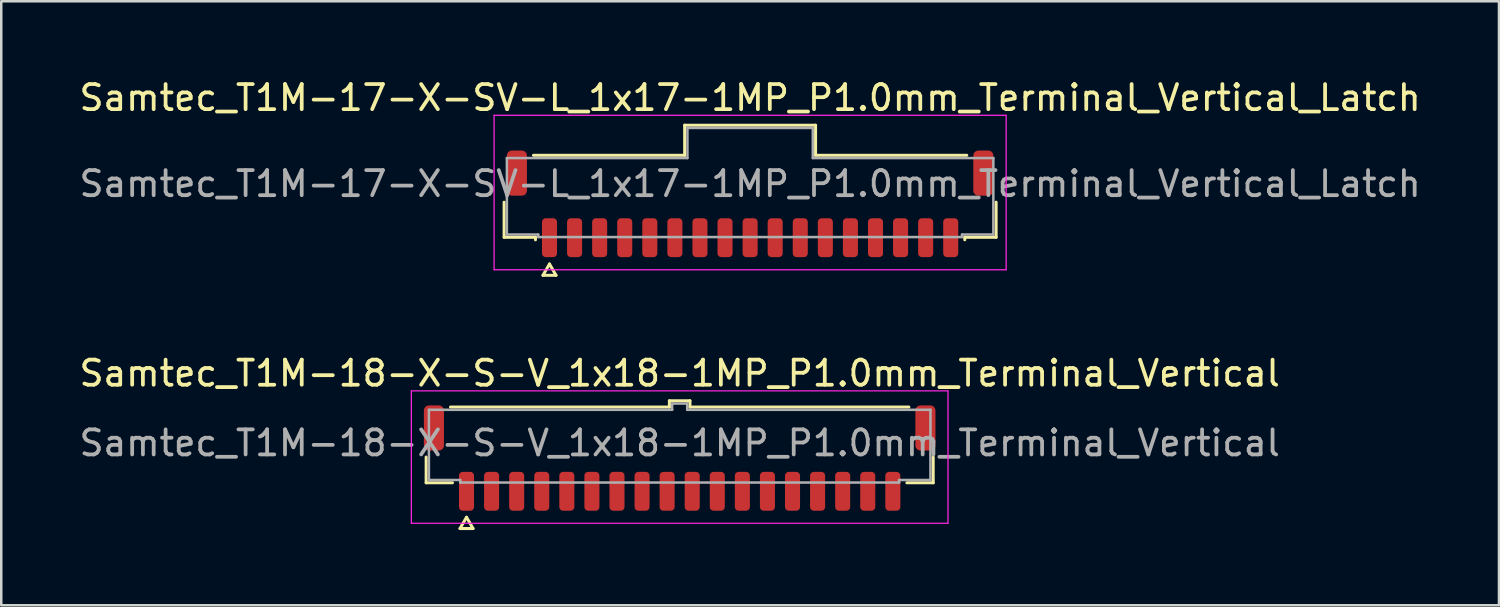
<source format=kicad_pcb>
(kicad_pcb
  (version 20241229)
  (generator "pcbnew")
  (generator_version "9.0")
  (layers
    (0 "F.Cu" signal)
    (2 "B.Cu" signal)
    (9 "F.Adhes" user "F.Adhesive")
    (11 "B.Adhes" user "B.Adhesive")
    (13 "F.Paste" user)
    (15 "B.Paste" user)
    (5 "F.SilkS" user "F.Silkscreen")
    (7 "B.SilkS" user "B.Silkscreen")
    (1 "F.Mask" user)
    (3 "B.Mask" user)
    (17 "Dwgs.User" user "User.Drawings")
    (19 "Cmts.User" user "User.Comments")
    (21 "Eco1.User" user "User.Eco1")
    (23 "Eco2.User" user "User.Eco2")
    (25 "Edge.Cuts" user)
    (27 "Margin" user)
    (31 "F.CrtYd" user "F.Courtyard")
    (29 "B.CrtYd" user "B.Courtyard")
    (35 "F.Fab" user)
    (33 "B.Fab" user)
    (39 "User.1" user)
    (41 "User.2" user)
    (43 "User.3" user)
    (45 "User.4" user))
  (footprint "Samtec_T1M-17-X-SV-L_1x17-1MP_P1.0mm_Terminal_Vertical_Latch"
    (layer "F.Cu")
    (at 26.863 4.278)
    (property "Reference" "Samtec_T1M-17-X-SV-L_1x17-1MP_P1.0mm_Terminal_Vertical_Latch" (at 0 -3.43 0) (layer "F.SilkS") (effects (font (size 1 1) (thickness 0.15))))
    (attr smd)
    (fp_line (start -9.81 2.135) (end -9.81 0.735) (stroke (width 0.12) (type solid)) (layer "F.SilkS"))
    (fp_line (start -8.64 -1.135) (end -2.61 -1.135) (stroke (width 0.12) (type solid)) (layer "F.SilkS"))
    (fp_line (start -8.56 2.135) (end -9.81 2.135) (stroke (width 0.12) (type solid)) (layer "F.SilkS"))
    (fp_line (start -8.56 2.235) (end -8.56 2.135) (stroke (width 0.12) (type solid)) (layer "F.SilkS"))
    (fp_line (start -8.26 3.65) (end -8 3.2) (stroke (width 0.12) (type solid)) (layer "F.SilkS"))
    (fp_line (start -8 3.2) (end -7.74 3.65) (stroke (width 0.12) (type solid)) (layer "F.SilkS"))
    (fp_line (start -7.74 3.65) (end -8.26 3.65) (stroke (width 0.12) (type solid)) (layer "F.SilkS"))
    (fp_line (start -2.61 -2.335) (end 2.61 -2.335) (stroke (width 0.12) (type solid)) (layer "F.SilkS"))
    (fp_line (start -2.61 -1.135) (end -2.61 -2.335) (stroke (width 0.12) (type solid)) (layer "F.SilkS"))
    (fp_line (start 2.61 -2.335) (end 2.61 -1.135) (stroke (width 0.12) (type solid)) (layer "F.SilkS"))
    (fp_line (start 2.61 -1.135) (end 8.64 -1.135) (stroke (width 0.12) (type solid)) (layer "F.SilkS"))
    (fp_line (start 8.56 2.135) (end 8.56 2.235) (stroke (width 0.12) (type solid)) (layer "F.SilkS"))
    (fp_line (start 9.81 0.735) (end 9.81 2.135) (stroke (width 0.12) (type solid)) (layer "F.SilkS"))
    (fp_line (start 9.81 2.135) (end 8.56 2.135) (stroke (width 0.12) (type solid)) (layer "F.SilkS"))
    (fp_line (start -10.21 -2.73) (end -10.21 3.43) (stroke (width 0.05) (type solid)) (layer "F.CrtYd"))
    (fp_line (start -10.21 3.43) (end 10.21 3.43) (stroke (width 0.05) (type solid)) (layer "F.CrtYd"))
    (fp_line (start 10.21 -2.73) (end -10.21 -2.73) (stroke (width 0.05) (type solid)) (layer "F.CrtYd"))
    (fp_line (start 10.21 3.43) (end 10.21 -2.73) (stroke (width 0.05) (type solid)) (layer "F.CrtYd"))
    (fp_line (start -9.7 -1.025) (end -2.5 -1.025) (stroke (width 0.1) (type solid)) (layer "F.Fab"))
    (fp_line (start -9.7 2.025) (end -9.7 -1.025) (stroke (width 0.1) (type solid)) (layer "F.Fab"))
    (fp_line (start -8.45 2.025) (end -9.7 2.025) (stroke (width 0.1) (type solid)) (layer "F.Fab"))
    (fp_line (start -8.45 2.125) (end -8.45 2.025) (stroke (width 0.1) (type solid)) (layer "F.Fab"))
    (fp_line (start -2.5 -2.225) (end 2.5 -2.225) (stroke (width 0.1) (type solid)) (layer "F.Fab"))
    (fp_line (start -2.5 -1.025) (end -2.5 -2.225) (stroke (width 0.1) (type solid)) (layer "F.Fab"))
    (fp_line (start 2.5 -2.225) (end 2.5 -1.025) (stroke (width 0.1) (type solid)) (layer "F.Fab"))
    (fp_line (start 2.5 -1.025) (end 9.7 -1.025) (stroke (width 0.1) (type solid)) (layer "F.Fab"))
    (fp_line (start 8.45 2.025) (end 8.45 2.125) (stroke (width 0.1) (type solid)) (layer "F.Fab"))
    (fp_line (start 8.45 2.125) (end -8.45 2.125) (stroke (width 0.1) (type solid)) (layer "F.Fab"))
    (fp_line (start 9.7 -1.025) (end 9.7 2.025) (stroke (width 0.1) (type solid)) (layer "F.Fab"))
    (fp_line (start 9.7 2.025) (end 8.45 2.025) (stroke (width 0.1) (type solid)) (layer "F.Fab"))
    (fp_text user "${REFERENCE}" (at 0 0 0) (layer "F.Fab") (effects (font (size 1 1) (thickness 0.15))))
    (pad "1" smd roundrect (at -8 2.15) (size 0.6 1.55) (layers "F.Cu" "F.Mask" "F.Paste") (roundrect_rratio 0.25))
    (pad "2" smd roundrect (at -7 2.15) (size 0.6 1.55) (layers "F.Cu" "F.Mask" "F.Paste") (roundrect_rratio 0.25))
    (pad "3" smd roundrect (at -6 2.15) (size 0.6 1.55) (layers "F.Cu" "F.Mask" "F.Paste") (roundrect_rratio 0.25))
    (pad "4" smd roundrect (at -5 2.15) (size 0.6 1.55) (layers "F.Cu" "F.Mask" "F.Paste") (roundrect_rratio 0.25))
    (pad "5" smd roundrect (at -4 2.15) (size 0.6 1.55) (layers "F.Cu" "F.Mask" "F.Paste") (roundrect_rratio 0.25))
    (pad "6" smd roundrect (at -3 2.15) (size 0.6 1.55) (layers "F.Cu" "F.Mask" "F.Paste") (roundrect_rratio 0.25))
    (pad "7" smd roundrect (at -2 2.15) (size 0.6 1.55) (layers "F.Cu" "F.Mask" "F.Paste") (roundrect_rratio 0.25))
    (pad "8" smd roundrect (at -1 2.15) (size 0.6 1.55) (layers "F.Cu" "F.Mask" "F.Paste") (roundrect_rratio 0.25))
    (pad "9" smd roundrect (at 0 2.15) (size 0.6 1.55) (layers "F.Cu" "F.Mask" "F.Paste") (roundrect_rratio 0.25))
    (pad "10" smd roundrect (at 1 2.15) (size 0.6 1.55) (layers "F.Cu" "F.Mask" "F.Paste") (roundrect_rratio 0.25))
    (pad "11" smd roundrect (at 2 2.15) (size 0.6 1.55) (layers "F.Cu" "F.Mask" "F.Paste") (roundrect_rratio 0.25))
    (pad "12" smd roundrect (at 3 2.15) (size 0.6 1.55) (layers "F.Cu" "F.Mask" "F.Paste") (roundrect_rratio 0.25))
    (pad "13" smd roundrect (at 4 2.15) (size 0.6 1.55) (layers "F.Cu" "F.Mask" "F.Paste") (roundrect_rratio 0.25))
    (pad "14" smd roundrect (at 5 2.15) (size 0.6 1.55) (layers "F.Cu" "F.Mask" "F.Paste") (roundrect_rratio 0.25))
    (pad "15" smd roundrect (at 6 2.15) (size 0.6 1.55) (layers "F.Cu" "F.Mask" "F.Paste") (roundrect_rratio 0.25))
    (pad "16" smd roundrect (at 7 2.15) (size 0.6 1.55) (layers "F.Cu" "F.Mask" "F.Paste") (roundrect_rratio 0.25))
    (pad "17" smd roundrect (at 8 2.15) (size 0.6 1.55) (layers "F.Cu" "F.Mask" "F.Paste") (roundrect_rratio 0.25))
    (pad "MP" smd roundrect (at -9.3 -0.425) (size 0.8 1.8) (layers "F.Cu" "F.Mask" "F.Paste") (roundrect_rratio 0.25))
    (pad "MP" smd roundrect (at 9.3 -0.425) (size 0.8 1.8) (layers "F.Cu" "F.Mask" "F.Paste") (roundrect_rratio 0.25)))
  (footprint "Samtec_T1M-18-X-S-V_1x18-1MP_P1.0mm_Terminal_Vertical"
    (layer "F.Cu")
    (at 24.054 14.617)
    (property "Reference" "Samtec_T1M-18-X-S-V_1x18-1MP_P1.0mm_Terminal_Vertical" (at 0 -2.78 0) (layer "F.SilkS") (effects (font (size 1 1) (thickness 0.15))))
    (attr smd)
    (fp_line (start -10.11 1.585) (end -10.11 0.56) (stroke (width 0.12) (type solid)) (layer "F.SilkS"))
    (fp_line (start -9.14 -1.435) (end -0.41 -1.435) (stroke (width 0.12) (type solid)) (layer "F.SilkS"))
    (fp_line (start -9.06 1.585) (end -10.11 1.585) (stroke (width 0.12) (type solid)) (layer "F.SilkS"))
    (fp_line (start -8.76 3.41) (end -8.5 2.96) (stroke (width 0.12) (type solid)) (layer "F.SilkS"))
    (fp_line (start -8.5 2.96) (end -8.24 3.41) (stroke (width 0.12) (type solid)) (layer "F.SilkS"))
    (fp_line (start -8.24 3.41) (end -8.76 3.41) (stroke (width 0.12) (type solid)) (layer "F.SilkS"))
    (fp_line (start -0.41 -1.685) (end 0.41 -1.685) (stroke (width 0.12) (type solid)) (layer "F.SilkS"))
    (fp_line (start -0.41 -1.435) (end -0.41 -1.685) (stroke (width 0.12) (type solid)) (layer "F.SilkS"))
    (fp_line (start 0.41 -1.685) (end 0.41 -1.435) (stroke (width 0.12) (type solid)) (layer "F.SilkS"))
    (fp_line (start 0.41 -1.435) (end 9.14 -1.435) (stroke (width 0.12) (type solid)) (layer "F.SilkS"))
    (fp_line (start 10.11 0.56) (end 10.11 1.585) (stroke (width 0.12) (type solid)) (layer "F.SilkS"))
    (fp_line (start 10.11 1.585) (end 9.06 1.585) (stroke (width 0.12) (type solid)) (layer "F.SilkS"))
    (fp_line (start -10.7 -2.08) (end -10.7 3.2) (stroke (width 0.05) (type solid)) (layer "F.CrtYd"))
    (fp_line (start -10.7 3.2) (end 10.7 3.2) (stroke (width 0.05) (type solid)) (layer "F.CrtYd"))
    (fp_line (start 10.7 -2.08) (end -10.7 -2.08) (stroke (width 0.05) (type solid)) (layer "F.CrtYd"))
    (fp_line (start 10.7 3.2) (end 10.7 -2.08) (stroke (width 0.05) (type solid)) (layer "F.CrtYd"))
    (fp_line (start -10 -1.325) (end -0.3 -1.325) (stroke (width 0.1) (type solid)) (layer "F.Fab"))
    (fp_line (start -10 1.475) (end -10 -1.325) (stroke (width 0.1) (type solid)) (layer "F.Fab"))
    (fp_line (start -8.75 1.475) (end -10 1.475) (stroke (width 0.1) (type solid)) (layer "F.Fab"))
    (fp_line (start -8.75 1.575) (end -8.75 1.475) (stroke (width 0.1) (type solid)) (layer "F.Fab"))
    (fp_line (start -0.3 -1.575) (end 0.3 -1.575) (stroke (width 0.1) (type solid)) (layer "F.Fab"))
    (fp_line (start -0.3 -1.325) (end -0.3 -1.575) (stroke (width 0.1) (type solid)) (layer "F.Fab"))
    (fp_line (start 0.3 -1.575) (end 0.3 -1.325) (stroke (width 0.1) (type solid)) (layer "F.Fab"))
    (fp_line (start 0.3 -1.325) (end 10 -1.325) (stroke (width 0.1) (type solid)) (layer "F.Fab"))
    (fp_line (start 8.75 1.475) (end 8.75 1.575) (stroke (width 0.1) (type solid)) (layer "F.Fab"))
    (fp_line (start 8.75 1.575) (end -8.75 1.575) (stroke (width 0.1) (type solid)) (layer "F.Fab"))
    (fp_line (start 10 -1.325) (end 10 1.475) (stroke (width 0.1) (type solid)) (layer "F.Fab"))
    (fp_line (start 10 1.475) (end 8.75 1.475) (stroke (width 0.1) (type solid)) (layer "F.Fab"))
    (fp_text user "${REFERENCE}" (at 0 0 0) (layer "F.Fab") (effects (font (size 1 1) (thickness 0.15))))
    (pad "1" smd roundrect (at -8.5 1.925) (size 0.6 1.55) (layers "F.Cu" "F.Mask" "F.Paste") (roundrect_rratio 0.25))
    (pad "2" smd roundrect (at -7.5 1.925) (size 0.6 1.55) (layers "F.Cu" "F.Mask" "F.Paste") (roundrect_rratio 0.25))
    (pad "3" smd roundrect (at -6.5 1.925) (size 0.6 1.55) (layers "F.Cu" "F.Mask" "F.Paste") (roundrect_rratio 0.25))
    (pad "4" smd roundrect (at -5.5 1.925) (size 0.6 1.55) (layers "F.Cu" "F.Mask" "F.Paste") (roundrect_rratio 0.25))
    (pad "5" smd roundrect (at -4.5 1.925) (size 0.6 1.55) (layers "F.Cu" "F.Mask" "F.Paste") (roundrect_rratio 0.25))
    (pad "6" smd roundrect (at -3.5 1.925) (size 0.6 1.55) (layers "F.Cu" "F.Mask" "F.Paste") (roundrect_rratio 0.25))
    (pad "7" smd roundrect (at -2.5 1.925) (size 0.6 1.55) (layers "F.Cu" "F.Mask" "F.Paste") (roundrect_rratio 0.25))
    (pad "8" smd roundrect (at -1.5 1.925) (size 0.6 1.55) (layers "F.Cu" "F.Mask" "F.Paste") (roundrect_rratio 0.25))
    (pad "9" smd roundrect (at -0.5 1.925) (size 0.6 1.55) (layers "F.Cu" "F.Mask" "F.Paste") (roundrect_rratio 0.25))
    (pad "10" smd roundrect (at 0.5 1.925) (size 0.6 1.55) (layers "F.Cu" "F.Mask" "F.Paste") (roundrect_rratio 0.25))
    (pad "11" smd roundrect (at 1.5 1.925) (size 0.6 1.55) (layers "F.Cu" "F.Mask" "F.Paste") (roundrect_rratio 0.25))
    (pad "12" smd roundrect (at 2.5 1.925) (size 0.6 1.55) (layers "F.Cu" "F.Mask" "F.Paste") (roundrect_rratio 0.25))
    (pad "13" smd roundrect (at 3.5 1.925) (size 0.6 1.55) (layers "F.Cu" "F.Mask" "F.Paste") (roundrect_rratio 0.25))
    (pad "14" smd roundrect (at 4.5 1.925) (size 0.6 1.55) (layers "F.Cu" "F.Mask" "F.Paste") (roundrect_rratio 0.25))
    (pad "15" smd roundrect (at 5.5 1.925) (size 0.6 1.55) (layers "F.Cu" "F.Mask" "F.Paste") (roundrect_rratio 0.25))
    (pad "16" smd roundrect (at 6.5 1.925) (size 0.6 1.55) (layers "F.Cu" "F.Mask" "F.Paste") (roundrect_rratio 0.25))
    (pad "17" smd roundrect (at 7.5 1.925) (size 0.6 1.55) (layers "F.Cu" "F.Mask" "F.Paste") (roundrect_rratio 0.25))
    (pad "18" smd roundrect (at 8.5 1.925) (size 0.6 1.55) (layers "F.Cu" "F.Mask" "F.Paste") (roundrect_rratio 0.25))
    (pad "MP" smd roundrect (at -9.8 -0.6) (size 0.8 1.8) (layers "F.Cu" "F.Mask" "F.Paste") (roundrect_rratio 0.25))
    (pad "MP" smd roundrect (at 9.8 -0.6) (size 0.8 1.8) (layers "F.Cu" "F.Mask" "F.Paste") (roundrect_rratio 0.25)))
  (gr_rect
    (start -3 -3)
    (end 56.726 21.087)
    (stroke (width 0.1) (type default))
    (fill no)
    (layer "Edge.Cuts")))
</source>
